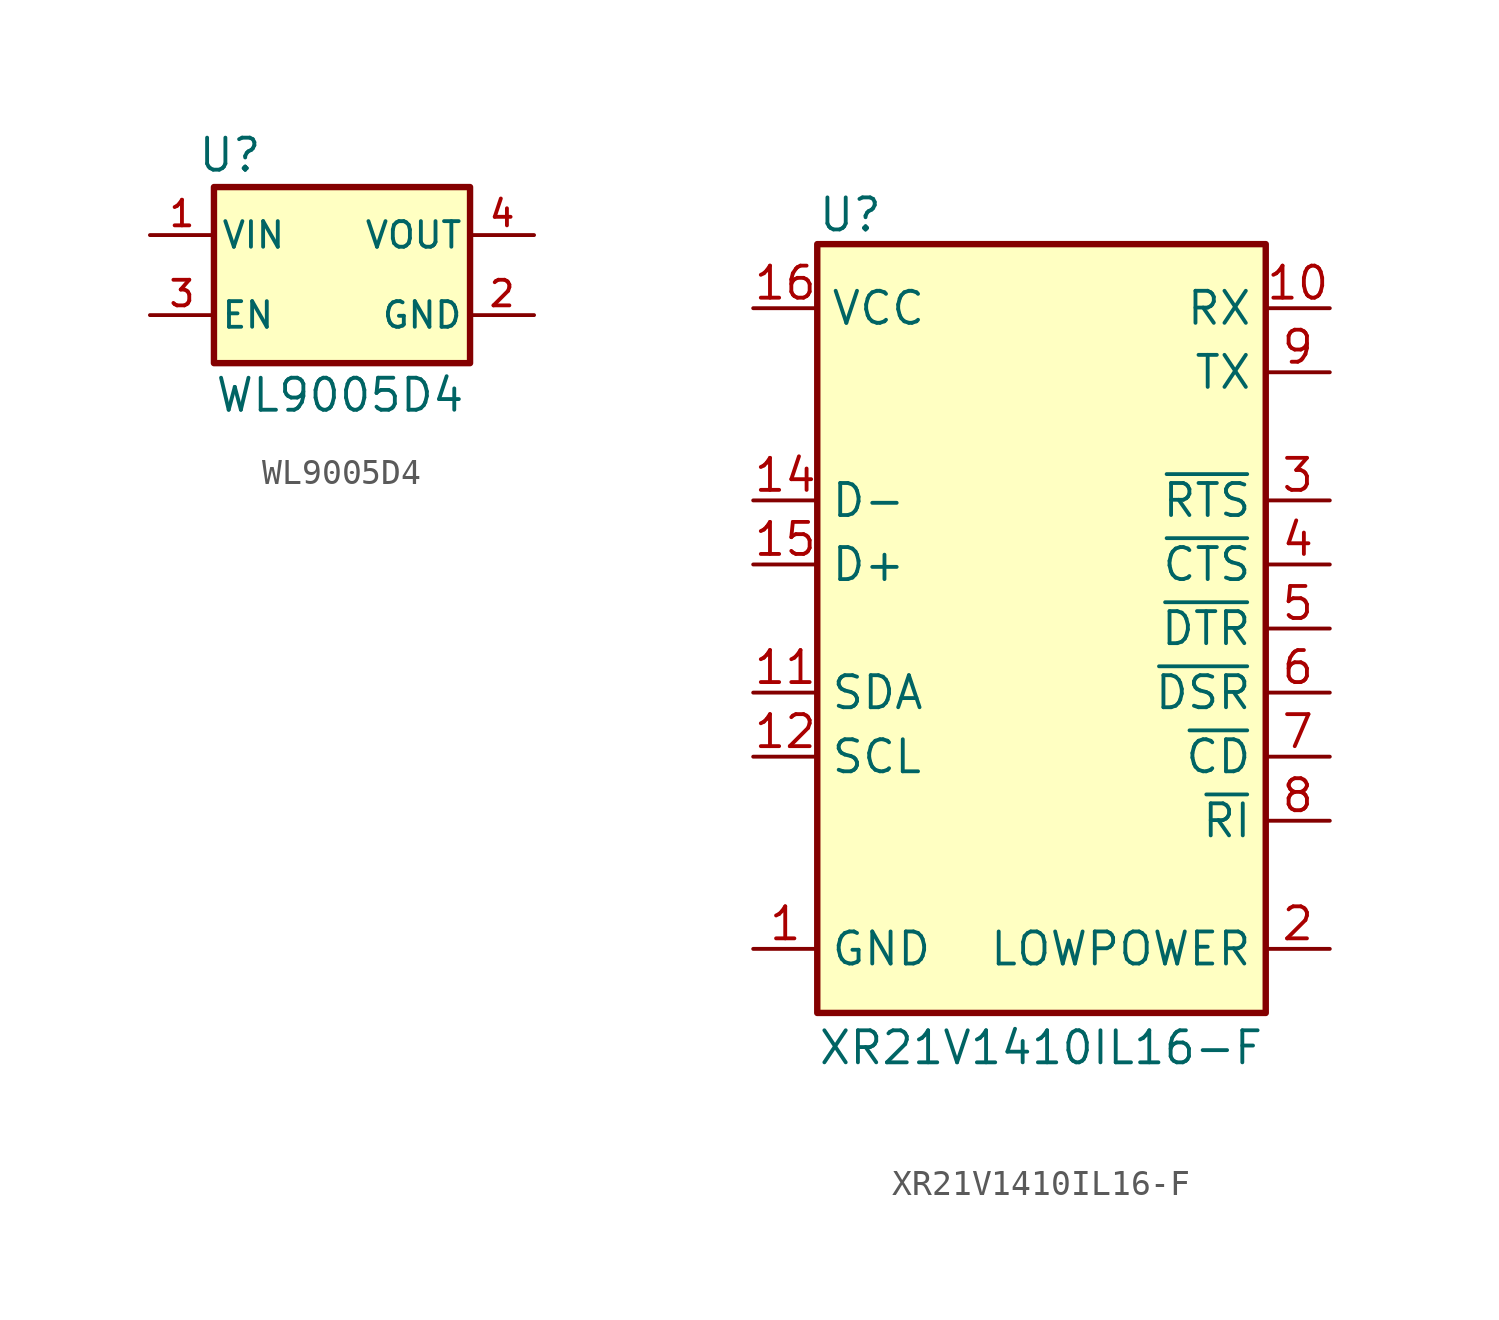
<source format=kicad_sym>
(kicad_symbol_lib
  (version 20231120)
  (generator "kicad_symbol_editor")
  (generator_version "8.0")
  (symbol "WL9005D4"
    (pin_names
      (offset 0.254))
    (property "Reference" "U"
      (at -4.445 3.175 0)
      (do_not_autoplace)
      (effects (font (size 1.27 1.27))))
    (property "Value" "WL9005D4"
      (at -5.08 -6.35 0)
      (do_not_autoplace)
      (effects (font (size 1.27 1.27)) (justify left)))
    (symbol "WL9005D4_0_1"
      (rectangle (start -5.08 1.905) (end 5.08 -5.08) (stroke (width 0.254) (type default)) (fill (type background))))
    (symbol "WL9005D4_1_1"
      (pin power_in line (at -7.62 0 0) (length 2.54) (name "VIN" (effects (font (size 1.016 1.016)))) (number "1" (effects (font (size 1.016 1.016)))))
      (pin power_in line (at 7.62 -3.175 180) (length 2.54) (name "GND" (effects (font (size 1.016 1.016)))) (number "2" (effects (font (size 1.016 1.016)))))
      (pin input line (at -7.62 -3.175 0) (length 2.54) (name "EN" (effects (font (size 1.016 1.016)))) (number "3" (effects (font (size 1.016 1.016)))))
      (pin power_out line (at 7.62 0 180) (length 2.54) (name "VOUT" (effects (font (size 1.016 1.016)))) (number "4" (effects (font (size 1.016 1.016)))))
      (pin power_in line (at 7.62 -3.175 180) (length 2.54) hide (name "GND" (effects (font (size 1.016 1.016)))) (number "5" (effects (font (size 1.016 1.016)))))))
  (symbol "XR21V1410IL16-F"
    (property "Reference" "U"
      (at -8.89 17.145 0)
      (effects (font (size 1.27 1.27)) (justify left top)))
    (property "Value" "XR21V1410IL16-F"
      (at -8.89 -15.875 0)
      (effects (font (size 1.27 1.27)) (justify left top)))
    (symbol "XR21V1410IL16-F_1_1"
      (rectangle (start -8.89 15.24) (end 8.89 -15.24) (stroke (width 0.254) (type default)) (fill (type background)))
      (pin passive line (at -11.43 -12.7 0) (length 2.54) (name "GND" (effects (font (size 1.27 1.27)))) (number "1" (effects (font (size 1.27 1.27)))))
      (pin passive line (at 11.43 12.7 180) (length 2.54) (name "RX" (effects (font (size 1.27 1.27)))) (number "10" (effects (font (size 1.27 1.27)))))
      (pin passive line (at -11.43 -2.54 0) (length 2.54) (name "SDA" (effects (font (size 1.27 1.27)))) (number "11" (effects (font (size 1.27 1.27)))))
      (pin passive line (at -11.43 -5.08 0) (length 2.54) (name "SCL" (effects (font (size 1.27 1.27)))) (number "12" (effects (font (size 1.27 1.27)))))
      (pin passive line (at -11.43 -12.7 0) (length 2.54) hide (name "GND" (effects (font (size 1.27 1.27)))) (number "13" (effects (font (size 1.27 1.27)))))
      (pin passive line (at -11.43 5.08 0) (length 2.54) (name "D-" (effects (font (size 1.27 1.27)))) (number "14" (effects (font (size 1.27 1.27)))))
      (pin passive line (at -11.43 2.54 0) (length 2.54) (name "D+" (effects (font (size 1.27 1.27)))) (number "15" (effects (font (size 1.27 1.27)))))
      (pin passive line (at -11.43 12.7 0) (length 2.54) (name "VCC" (effects (font (size 1.27 1.27)))) (number "16" (effects (font (size 1.27 1.27)))))
      (pin passive line (at -11.43 -12.7 0) (length 2.54) hide (name "GND" (effects (font (size 1.27 1.27)))) (number "17" (effects (font (size 1.27 1.27)))))
      (pin passive line (at 11.43 -12.7 180) (length 2.54) (name "LOWPOWER" (effects (font (size 1.27 1.27)))) (number "2" (effects (font (size 1.27 1.27)))))
      (pin passive line (at 11.43 5.08 180) (length 2.54) (name "~{RTS}" (effects (font (size 1.27 1.27)))) (number "3" (effects (font (size 1.27 1.27)))))
      (pin passive line (at 11.43 2.54 180) (length 2.54) (name "~{CTS}" (effects (font (size 1.27 1.27)))) (number "4" (effects (font (size 1.27 1.27)))))
      (pin passive line (at 11.43 0 180) (length 2.54) (name "~{DTR}" (effects (font (size 1.27 1.27)))) (number "5" (effects (font (size 1.27 1.27)))))
      (pin passive line (at 11.43 -2.54 180) (length 2.54) (name "~{DSR}" (effects (font (size 1.27 1.27)))) (number "6" (effects (font (size 1.27 1.27)))))
      (pin passive line (at 11.43 -5.08 180) (length 2.54) (name "~{CD}" (effects (font (size 1.27 1.27)))) (number "7" (effects (font (size 1.27 1.27)))))
      (pin passive line (at 11.43 -7.62 180) (length 2.54) (name "~{RI}" (effects (font (size 1.27 1.27)))) (number "8" (effects (font (size 1.27 1.27)))))
      (pin passive line (at 11.43 10.16 180) (length 2.54) (name "TX" (effects (font (size 1.27 1.27)))) (number "9" (effects (font (size 1.27 1.27))))))))
</source>
